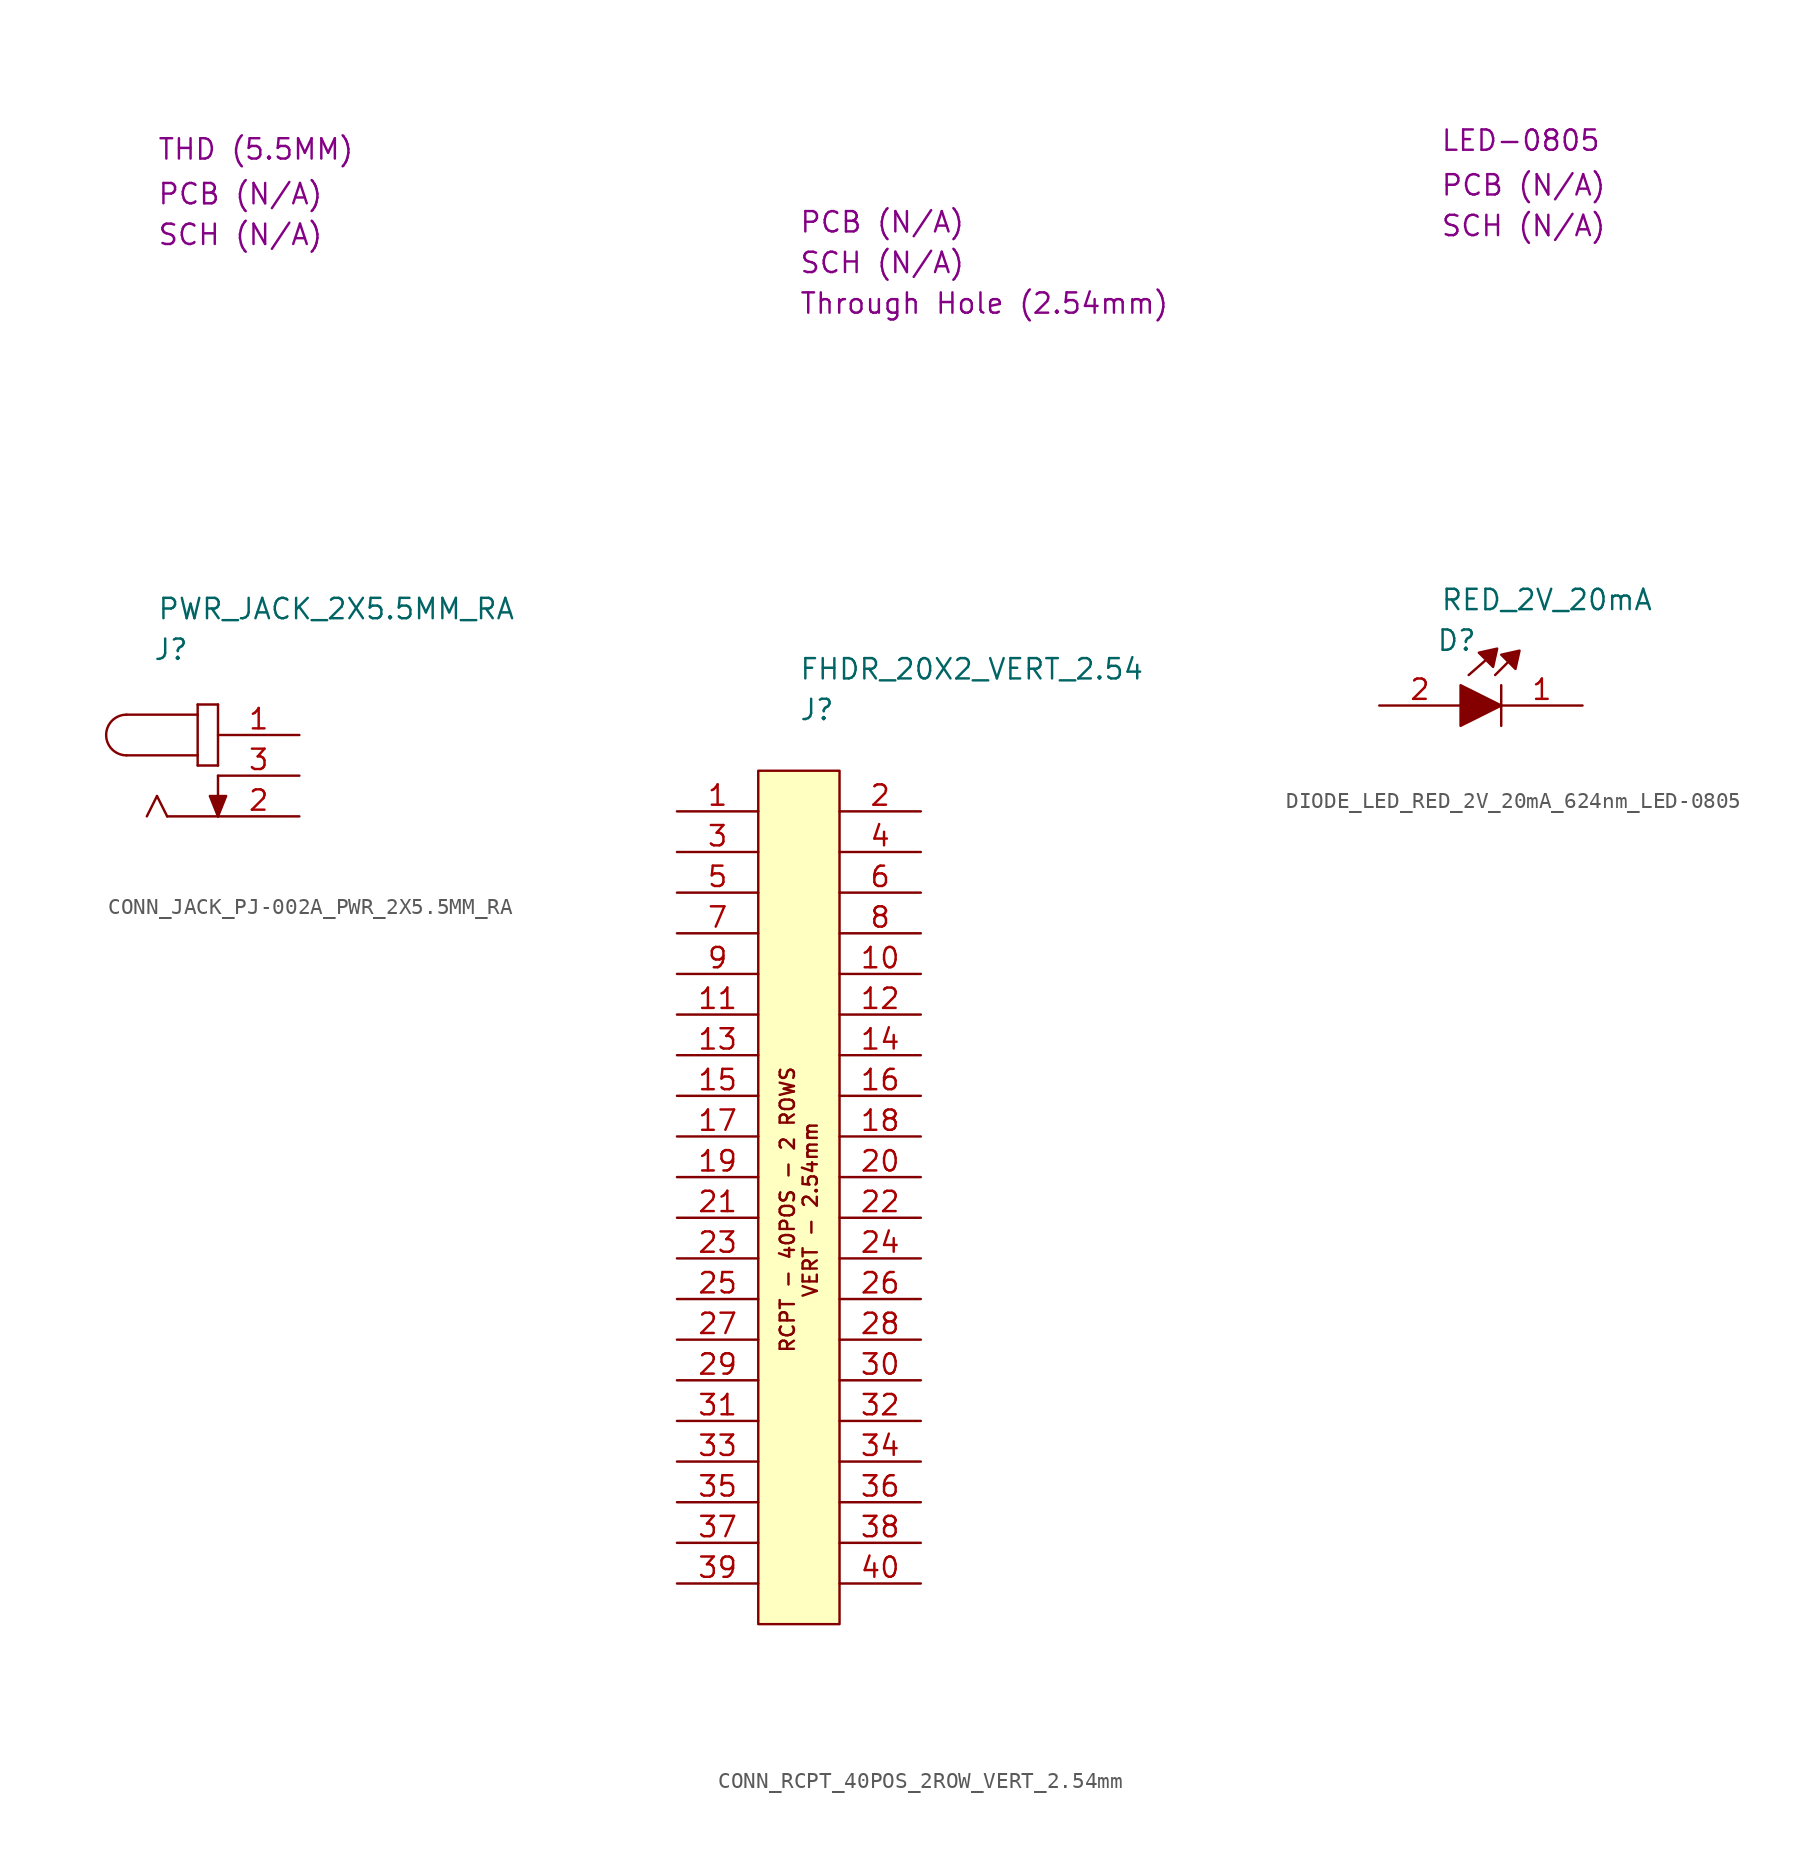
<source format=kicad_sym>
(kicad_symbol_lib
  (version 20231120)
  (generator "kicad_symbol_editor")
  (generator_version "8.0")
  (symbol "CONN_JACK_PJ-002A_PWR_2X5.5MM_RA"
    (property "Reference" "J"
      (at 3.556 4.064 0)
      (effects (font (size 1.27 1.27)) (justify left)))
    (property "Value" "PWR_JACK_2X5.5MM_RA"
      (at 3.81 6.604 0)
      (effects (font (size 1.27 1.27)) (justify left)))
    (property "Package" "THD (5.5MM)"
      (at 3.81 35.306 0)
      (effects (font (size 1.27 1.27)) (justify left)))
    (property "SCH CHECK" "SCH (N/A)"
      (at 3.81 29.972 0)
      (effects (font (size 1.27 1.27)) (justify left)))
    (property "PCB CHECK" "PCB (N/A)"
      (at 3.81 32.512 0)
      (effects (font (size 1.27 1.27)) (justify left)))
    (symbol "CONN_JACK_PJ-002A_PWR_2X5.5MM_RA_0_0"
      (polyline (pts (xy 1.905 0) (xy 6.35 0)) (stroke (width 0.152) (type default)) (fill (type none)))
      (polyline (pts (xy 3.81 -5.08) (xy 3.175 -6.35)) (stroke (width 0.152) (type default)) (fill (type none)))
      (polyline (pts (xy 4.445 -6.35) (xy 3.81 -5.08)) (stroke (width 0.152) (type default)) (fill (type none)))
      (polyline (pts (xy 6.35 -3.175) (xy 7.62 -3.175)) (stroke (width 0.152) (type default)) (fill (type none)))
      (polyline (pts (xy 6.35 -2.54) (xy 1.905 -2.54)) (stroke (width 0.152) (type default)) (fill (type none)))
      (polyline (pts (xy 6.35 -2.54) (xy 6.35 -3.175)) (stroke (width 0.152) (type default)) (fill (type none)))
      (polyline (pts (xy 6.35 0) (xy 6.35 -2.54)) (stroke (width 0.152) (type default)) (fill (type none)))
      (polyline (pts (xy 6.35 0.635) (xy 6.35 0)) (stroke (width 0.152) (type default)) (fill (type none)))
      (polyline (pts (xy 7.62 -6.35) (xy 4.445 -6.35)) (stroke (width 0.152) (type default)) (fill (type none)))
      (polyline (pts (xy 7.62 -3.81) (xy 7.62 -6.35)) (stroke (width 0.152) (type default)) (fill (type none)))
      (polyline (pts (xy 7.62 -3.175) (xy 7.62 0.635)) (stroke (width 0.152) (type default)) (fill (type none)))
      (polyline (pts (xy 7.62 0.635) (xy 6.35 0.635)) (stroke (width 0.152) (type default)) (fill (type none)))
      (polyline (pts (xy 7.62 -6.35) (xy 7.112 -5.08) (xy 8.128 -5.08) (xy 7.62 -6.35)) (stroke (width 0.152) (type default)) (fill (type outline)))
      (arc (start 1.905 0) (mid 0.6406 -1.27) (end 1.905 -2.54) (stroke (width 0.1524) (type default)) (fill (type none)))
      (pin passive line (at 12.7 -1.27 180) (length 5.08) (name "~" (effects (font (size 1.27 1.27)))) (number "1" (effects (font (size 1.27 1.27)))))
      (pin passive line (at 12.7 -6.35 180) (length 5.08) (name "~" (effects (font (size 1.27 1.27)))) (number "2" (effects (font (size 1.27 1.27)))))
      (pin passive line (at 12.7 -3.81 180) (length 5.08) (name "~" (effects (font (size 1.27 1.27)))) (number "3" (effects (font (size 1.27 1.27)))))))
  (symbol "CONN_RCPT_40POS_2ROW_VERT_2.54mm"
    (property "Reference" "J"
      (at 2.54 3.81 0)
      (effects (font (size 1.27 1.27)) (justify left)))
    (property "Value" "FHDR_20X2_VERT_2.54"
      (at 2.54 6.35 0)
      (effects (font (size 1.27 1.27)) (justify left)))
    (property "Package" "Through Hole (2.54mm)"
      (at 2.54 29.21 0)
      (effects (font (size 1.27 1.27)) (justify left)))
    (property "SCH CHECK" "SCH (N/A)"
      (at 2.54 31.75 0)
      (effects (font (size 1.27 1.27)) (justify left)))
    (property "PCB CHECK" "PCB (N/A)"
      (at 2.54 34.29 0)
      (effects (font (size 1.27 1.27)) (justify left)))
    (symbol "CONN_RCPT_40POS_2ROW_VERT_2.54mm_1_1"
      (rectangle (start 0 0) (end 5.08 -53.34) (stroke (width 0) (type default)) (fill (type background)))
      (text "RCPT - 40POS - 2 ROWS\nVERT - 2.54mm" (at 2.54 -27.432 900) (effects (font (size 0.889 0.889))))
      (pin passive line (at -5.08 -2.54 0) (length 5.08) (name "" (effects (font (size 1.27 1.27)))) (number "1" (effects (font (size 1.27 1.27)))))
      (pin passive line (at 10.16 -12.7 180) (length 5.08) (name "" (effects (font (size 1.27 1.27)))) (number "10" (effects (font (size 1.27 1.27)))))
      (pin passive line (at -5.08 -15.24 0) (length 5.08) (name "" (effects (font (size 1.27 1.27)))) (number "11" (effects (font (size 1.27 1.27)))))
      (pin passive line (at 10.16 -15.24 180) (length 5.08) (name "" (effects (font (size 1.27 1.27)))) (number "12" (effects (font (size 1.27 1.27)))))
      (pin passive line (at -5.08 -17.78 0) (length 5.08) (name "" (effects (font (size 1.27 1.27)))) (number "13" (effects (font (size 1.27 1.27)))))
      (pin passive line (at 10.16 -17.78 180) (length 5.08) (name "" (effects (font (size 1.27 1.27)))) (number "14" (effects (font (size 1.27 1.27)))))
      (pin passive line (at -5.08 -20.32 0) (length 5.08) (name "" (effects (font (size 1.27 1.27)))) (number "15" (effects (font (size 1.27 1.27)))))
      (pin passive line (at 10.16 -20.32 180) (length 5.08) (name "" (effects (font (size 1.27 1.27)))) (number "16" (effects (font (size 1.27 1.27)))))
      (pin passive line (at -5.08 -22.86 0) (length 5.08) (name "" (effects (font (size 1.27 1.27)))) (number "17" (effects (font (size 1.27 1.27)))))
      (pin passive line (at 10.16 -22.86 180) (length 5.08) (name "" (effects (font (size 1.27 1.27)))) (number "18" (effects (font (size 1.27 1.27)))))
      (pin passive line (at -5.08 -25.4 0) (length 5.08) (name "" (effects (font (size 1.27 1.27)))) (number "19" (effects (font (size 1.27 1.27)))))
      (pin passive line (at 10.16 -2.54 180) (length 5.08) (name "" (effects (font (size 1.27 1.27)))) (number "2" (effects (font (size 1.27 1.27)))))
      (pin passive line (at 10.16 -25.4 180) (length 5.08) (name "" (effects (font (size 1.27 1.27)))) (number "20" (effects (font (size 1.27 1.27)))))
      (pin passive line (at -5.08 -27.94 0) (length 5.08) (name "" (effects (font (size 1.27 1.27)))) (number "21" (effects (font (size 1.27 1.27)))))
      (pin passive line (at 10.16 -27.94 180) (length 5.08) (name "" (effects (font (size 1.27 1.27)))) (number "22" (effects (font (size 1.27 1.27)))))
      (pin passive line (at -5.08 -30.48 0) (length 5.08) (name "" (effects (font (size 1.27 1.27)))) (number "23" (effects (font (size 1.27 1.27)))))
      (pin passive line (at 10.16 -30.48 180) (length 5.08) (name "" (effects (font (size 1.27 1.27)))) (number "24" (effects (font (size 1.27 1.27)))))
      (pin passive line (at -5.08 -33.02 0) (length 5.08) (name "" (effects (font (size 1.27 1.27)))) (number "25" (effects (font (size 1.27 1.27)))))
      (pin passive line (at 10.16 -33.02 180) (length 5.08) (name "" (effects (font (size 1.27 1.27)))) (number "26" (effects (font (size 1.27 1.27)))))
      (pin passive line (at -5.08 -35.56 0) (length 5.08) (name "" (effects (font (size 1.27 1.27)))) (number "27" (effects (font (size 1.27 1.27)))))
      (pin passive line (at 10.16 -35.56 180) (length 5.08) (name "" (effects (font (size 1.27 1.27)))) (number "28" (effects (font (size 1.27 1.27)))))
      (pin passive line (at -5.08 -38.1 0) (length 5.08) (name "" (effects (font (size 1.27 1.27)))) (number "29" (effects (font (size 1.27 1.27)))))
      (pin passive line (at -5.08 -5.08 0) (length 5.08) (name "" (effects (font (size 1.27 1.27)))) (number "3" (effects (font (size 1.27 1.27)))))
      (pin passive line (at 10.16 -38.1 180) (length 5.08) (name "" (effects (font (size 1.27 1.27)))) (number "30" (effects (font (size 1.27 1.27)))))
      (pin passive line (at -5.08 -40.64 0) (length 5.08) (name "" (effects (font (size 1.27 1.27)))) (number "31" (effects (font (size 1.27 1.27)))))
      (pin passive line (at 10.16 -40.64 180) (length 5.08) (name "" (effects (font (size 1.27 1.27)))) (number "32" (effects (font (size 1.27 1.27)))))
      (pin passive line (at -5.08 -43.18 0) (length 5.08) (name "" (effects (font (size 1.27 1.27)))) (number "33" (effects (font (size 1.27 1.27)))))
      (pin passive line (at 10.16 -43.18 180) (length 5.08) (name "" (effects (font (size 1.27 1.27)))) (number "34" (effects (font (size 1.27 1.27)))))
      (pin passive line (at -5.08 -45.72 0) (length 5.08) (name "" (effects (font (size 1.27 1.27)))) (number "35" (effects (font (size 1.27 1.27)))))
      (pin passive line (at 10.16 -45.72 180) (length 5.08) (name "" (effects (font (size 1.27 1.27)))) (number "36" (effects (font (size 1.27 1.27)))))
      (pin passive line (at -5.08 -48.26 0) (length 5.08) (name "" (effects (font (size 1.27 1.27)))) (number "37" (effects (font (size 1.27 1.27)))))
      (pin passive line (at 10.16 -48.26 180) (length 5.08) (name "" (effects (font (size 1.27 1.27)))) (number "38" (effects (font (size 1.27 1.27)))))
      (pin passive line (at -5.08 -50.8 0) (length 5.08) (name "" (effects (font (size 1.27 1.27)))) (number "39" (effects (font (size 1.27 1.27)))))
      (pin passive line (at 10.16 -5.08 180) (length 5.08) (name "" (effects (font (size 1.27 1.27)))) (number "4" (effects (font (size 1.27 1.27)))))
      (pin passive line (at 10.16 -50.8 180) (length 5.08) (name "" (effects (font (size 1.27 1.27)))) (number "40" (effects (font (size 1.27 1.27)))))
      (pin passive line (at -5.08 -7.62 0) (length 5.08) (name "" (effects (font (size 1.27 1.27)))) (number "5" (effects (font (size 1.27 1.27)))))
      (pin passive line (at 10.16 -7.62 180) (length 5.08) (name "" (effects (font (size 1.27 1.27)))) (number "6" (effects (font (size 1.27 1.27)))))
      (pin passive line (at -5.08 -10.16 0) (length 5.08) (name "" (effects (font (size 1.27 1.27)))) (number "7" (effects (font (size 1.27 1.27)))))
      (pin passive line (at 10.16 -10.16 180) (length 5.08) (name "" (effects (font (size 1.27 1.27)))) (number "8" (effects (font (size 1.27 1.27)))))
      (pin passive line (at -5.08 -12.7 0) (length 5.08) (name "" (effects (font (size 1.27 1.27)))) (number "9" (effects (font (size 1.27 1.27)))))))
  (symbol "DIODE_LED_RED_2V_20mA_624nm_LED-0805"
    (property "Reference" "D"
      (at 3.556 4.064 0)
      (effects (font (size 1.27 1.27)) (justify left)))
    (property "Value" "RED_2V_20mA"
      (at 3.81 6.604 0)
      (effects (font (size 1.27 1.27)) (justify left)))
    (property "Package" "LED-0805"
      (at 3.81 35.306 0)
      (effects (font (size 1.27 1.27)) (justify left)))
    (property "SCH CHECK" "SCH (N/A)"
      (at 3.81 29.972 0)
      (effects (font (size 1.27 1.27)) (justify left)))
    (property "PCB CHECK" "PCB (N/A)"
      (at 3.81 32.512 0)
      (effects (font (size 1.27 1.27)) (justify left)))
    (symbol "DIODE_LED_RED_2V_20mA_624nm_LED-0805_0_1"
      (polyline (pts (xy 5.588 1.905) (xy 6.604 2.794)) (stroke (width 0) (type default)) (fill (type none)))
      (polyline (pts (xy 7.239 1.905) (xy 8.001 2.667)) (stroke (width 0) (type default)) (fill (type none)))
      (polyline (pts (xy 7.62 -1.27) (xy 7.62 1.27)) (stroke (width 0) (type default)) (fill (type none)))
      (polyline (pts (xy 5.08 1.27) (xy 5.08 -1.27) (xy 7.62 0) (xy 5.08 1.27)) (stroke (width 0) (type default)) (fill (type outline)))
      (polyline (pts (xy 6.223 3.302) (xy 7.112 2.413) (xy 7.366 3.556) (xy 6.223 3.302)) (stroke (width 0) (type default)) (fill (type outline)))
      (polyline (pts (xy 7.62 3.175) (xy 8.509 2.286) (xy 8.763 3.429) (xy 7.62 3.175)) (stroke (width 0) (type default)) (fill (type outline))))
    (symbol "DIODE_LED_RED_2V_20mA_624nm_LED-0805_1_1"
      (pin passive line (at 12.7 0 180) (length 5.08) (name "" (effects (font (size 1.27 1.27)))) (number "1" (effects (font (size 1.27 1.27)))))
      (pin passive line (at 0 0 0) (length 5.08) (name "" (effects (font (size 1.27 1.27)))) (number "2" (effects (font (size 1.27 1.27))))))))
</source>
